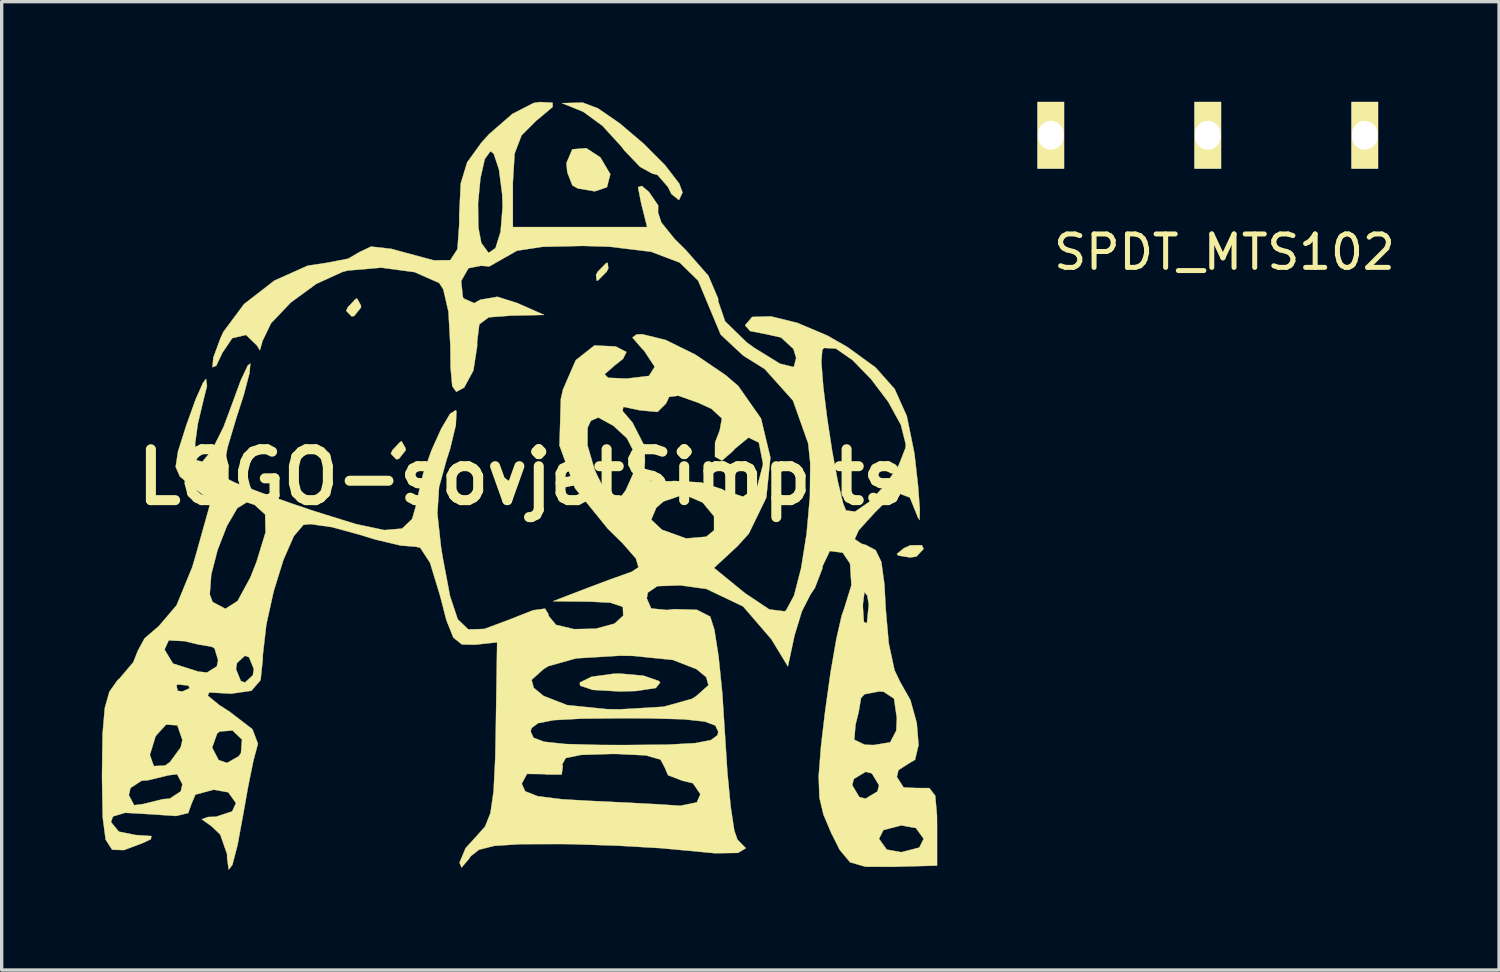
<source format=kicad_pcb>
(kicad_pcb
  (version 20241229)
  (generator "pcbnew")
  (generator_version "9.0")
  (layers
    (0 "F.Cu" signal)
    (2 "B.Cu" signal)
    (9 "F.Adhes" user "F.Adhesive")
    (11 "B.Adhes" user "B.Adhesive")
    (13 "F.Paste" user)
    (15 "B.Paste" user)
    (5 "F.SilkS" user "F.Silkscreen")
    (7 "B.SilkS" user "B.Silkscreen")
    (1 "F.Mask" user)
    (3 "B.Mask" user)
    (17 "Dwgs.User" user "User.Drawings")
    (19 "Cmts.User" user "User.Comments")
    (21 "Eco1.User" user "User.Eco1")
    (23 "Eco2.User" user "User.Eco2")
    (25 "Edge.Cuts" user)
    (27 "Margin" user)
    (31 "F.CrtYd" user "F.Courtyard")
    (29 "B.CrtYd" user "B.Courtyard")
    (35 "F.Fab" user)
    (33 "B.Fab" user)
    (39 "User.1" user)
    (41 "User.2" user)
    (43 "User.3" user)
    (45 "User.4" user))
  (footprint "LOGO-sovjetSimpits"
    (layer "F.Cu")
    (at 12.571 11.234)
    (property "Reference" "LOGO-sovjetSimpits" (at 0 0 0) (layer "F.SilkS") (effects (font (size 1.524 1.524) (thickness 0.3))))
    (attr through_hole)
    (fp_poly (pts (xy -4.816 -5.141) (xy -4.813 -5.08) (xy -5.018 -4.823) (xy -5.096 -4.813) (xy -5.255 -4.976) (xy -5.214 -5.08) (xy -4.973 -5.335) (xy -4.931 -5.347) (xy -4.816 -5.141)) (stroke (width 0.01) (type solid)) (fill yes) (layer "F.SilkS"))
    (fp_poly (pts (xy -3.479 -0.863) (xy -3.476 -0.802) (xy -3.681 -0.545) (xy -3.759 -0.535) (xy -3.919 -0.699) (xy -3.877 -0.802) (xy -3.637 -1.057) (xy -3.594 -1.069) (xy -3.479 -0.863)) (stroke (width 0.01) (type solid)) (fill yes) (layer "F.SilkS"))
    (fp_poly (pts (xy -0.278 0.194) (xy -0.267 0.267) (xy -0.359 0.528) (xy -0.385 0.535) (xy -0.614 0.347) (xy -0.668 0.267) (xy -0.647 0.021) (xy -0.551 0) (xy -0.278 0.194)) (stroke (width 0.01) (type solid)) (fill yes) (layer "F.SilkS"))
    (fp_poly (pts (xy 2.59 -6.244) (xy 2.54 -6.149) (xy 2.288 -5.894) (xy 2.241 -5.882) (xy 2.223 -6.055) (xy 2.273 -6.149) (xy 2.525 -6.405) (xy 2.572 -6.417) (xy 2.59 -6.244)) (stroke (width 0.01) (type solid)) (fill yes) (layer "F.SilkS"))
    (fp_poly (pts (xy 12.032 2.147) (xy 11.815 2.377) (xy 11.631 2.406) (xy 11.274 2.349) (xy 11.229 2.301) (xy 11.439 2.129) (xy 11.631 2.042) (xy 11.975 2.037) (xy 12.032 2.147)) (stroke (width 0.01) (type solid)) (fill yes) (layer "F.SilkS"))
    (fp_poly (pts (xy 2.353 -9.572) (xy 2.651 -9.069) (xy 2.55 -8.679) (xy 2.184 -8.556) (xy 1.675 -8.643) (xy 1.515 -8.734) (xy 1.362 -9.127) (xy 1.337 -9.402) (xy 1.512 -9.814) (xy 1.933 -9.848) (xy 2.353 -9.572)) (stroke (width 0.01) (type solid)) (fill yes) (layer "F.SilkS"))
    (fp_poly (pts (xy 3.648 5.945) (xy 4.098 6.102) (xy 4.144 6.149) (xy 4.011 6.314) (xy 3.414 6.404) (xy 2.941 6.417) (xy 2.129 6.371) (xy 1.745 6.243) (xy 1.738 6.149) (xy 2.089 5.977) (xy 2.752 5.886) (xy 2.941 5.882) (xy 3.648 5.945)) (stroke (width 0.01) (type solid)) (fill yes) (layer "F.SilkS"))
    (fp_poly (pts (xy 2.281 -11.04) (xy 2.936 -10.588) (xy 3.651 -9.98) (xy 4.29 -9.338) (xy 4.715 -8.786) (xy 4.813 -8.522) (xy 4.705 -8.294) (xy 4.481 -8.474) (xy 4.375 -8.689) (xy 4.066 -9.044) (xy 3.899 -9.091) (xy 3.543 -9.288) (xy 3.073 -9.777) (xy 2.972 -9.909) (xy 2.414 -10.519) (xy 1.847 -10.933) (xy 1.785 -10.961) (xy 1.203 -11.196) (xy 1.823 -11.213) (xy 2.281 -11.04)) (stroke (width 0.01) (type solid)) (fill yes) (layer "F.SilkS"))
    (fp_poly (pts (xy 0.922 -11.21) (xy 0.925 -11.083) (xy 0.526 -10.746) (xy 0.437 -10.675) (xy -0.006 -10.232) (xy -0.215 -9.684) (xy -0.267 -8.821) (xy -0.267 -8.804) (xy -0.267 -7.486) (xy 3.753 -7.486) (xy 3.573 -8.204) (xy 3.48 -8.681) (xy 3.594 -8.718) (xy 3.807 -8.538) (xy 4.083 -8.135) (xy 4.08 -7.922) (xy 4.178 -7.624) (xy 4.582 -7.123) (xy 4.911 -6.799) (xy 5.587 -6.029) (xy 5.877 -5.348) (xy 5.882 -5.264) (xy 6.087 -4.664) (xy 6.739 -4.03) (xy 6.956 -3.873) (xy 7.73 -3.396) (xy 8.144 -3.295) (xy 8.184 -3.448) (xy 8.969 -3.448) (xy 9.025 -2.719) (xy 9.141 -1.777) (xy 9.294 -0.775) (xy 9.462 0.13) (xy 9.62 0.784) (xy 9.706 0.998) (xy 9.98 1.032) (xy 10.411 0.734) (xy 10.883 0.232) (xy 11.281 -0.347) (xy 11.488 -0.875) (xy 11.497 -0.976) (xy 11.35 -1.564) (xy 10.972 -2.252) (xy 10.458 -2.934) (xy 9.904 -3.502) (xy 9.403 -3.849) (xy 9.05 -3.867) (xy 8.996 -3.807) (xy 8.969 -3.448) (xy 8.184 -3.448) (xy 8.215 -3.569) (xy 8.132 -3.839) (xy 7.762 -4.18) (xy 7.324 -4.278) (xy 6.835 -4.373) (xy 6.684 -4.545) (xy 6.898 -4.796) (xy 7.459 -4.812) (xy 8.249 -4.618) (xy 9.148 -4.238) (xy 9.744 -3.898) (xy 10.592 -3.283) (xy 11.163 -2.639) (xy 11.527 -1.828) (xy 11.755 -0.712) (xy 11.865 0.267) (xy 11.916 0.963) (xy 11.909 1.285) (xy 11.858 1.203) (xy 11.619 0.611) (xy 11.295 0.489) (xy 10.803 0.829) (xy 10.554 1.077) (xy 10.086 1.593) (xy 9.968 1.857) (xy 10.166 1.992) (xy 10.301 2.031) (xy 10.593 2.186) (xy 10.765 2.538) (xy 10.857 3.214) (xy 10.895 3.938) (xy 10.987 4.979) (xy 11.16 5.78) (xy 11.326 6.128) (xy 11.635 6.674) (xy 11.826 7.363) (xy 11.879 8.018) (xy 11.773 8.463) (xy 11.614 8.556) (xy 11.278 8.771) (xy 11.229 8.974) (xy 11.432 9.291) (xy 11.831 9.308) (xy 12.202 9.309) (xy 12.378 9.537) (xy 12.43 10.123) (xy 12.433 10.427) (xy 12.433 11.631) (xy 11.096 11.666) (xy 10.291 11.664) (xy 9.829 11.531) (xy 9.518 11.16) (xy 9.352 10.828) (xy 10.695 10.828) (xy 10.927 11.151) (xy 11.363 11.229) (xy 11.901 11.09) (xy 12.032 10.828) (xy 11.799 10.506) (xy 11.363 10.427) (xy 10.826 10.567) (xy 10.695 10.828) (xy 9.352 10.828) (xy 9.26 10.645) (xy 9.032 10.105) (xy 8.91 9.59) (xy 8.898 9.224) (xy 9.893 9.224) (xy 10.107 9.579) (xy 10.294 9.625) (xy 10.648 9.411) (xy 10.695 9.224) (xy 10.481 8.87) (xy 10.294 8.823) (xy 9.939 9.037) (xy 9.893 9.224) (xy 8.898 9.224) (xy 8.888 8.956) (xy 8.958 8.059) (xy 8.981 7.861) (xy 9.954 7.861) (xy 10.265 8.011) (xy 10.53 8.021) (xy 11.028 7.941) (xy 11.211 7.589) (xy 11.229 7.219) (xy 11.145 6.632) (xy 10.833 6.425) (xy 10.695 6.417) (xy 10.258 6.501) (xy 10.156 6.617) (xy 10.09 7.012) (xy 9.991 7.419) (xy 9.954 7.861) (xy 8.981 7.861) (xy 9.083 6.999) (xy 9.246 5.833) (xy 9.42 4.833) (xy 9.578 4.143) (xy 9.648 3.947) (xy 9.67 3.877) (xy 10.212 3.877) (xy 10.241 4.333) (xy 10.325 4.374) (xy 10.335 4.35) (xy 10.388 3.819) (xy 10.345 3.548) (xy 10.26 3.439) (xy 10.214 3.794) (xy 10.212 3.877) (xy 9.67 3.877) (xy 9.868 3.237) (xy 9.828 2.589) (xy 9.607 2.262) (xy 9.222 2.212) (xy 9.008 2.66) (xy 8.992 2.756) (xy 8.776 3.315) (xy 8.642 3.516) (xy 8.385 4.02) (xy 8.165 4.743) (xy 8.159 4.772) (xy 7.967 5.667) (xy 7.472 4.853) (xy 6.626 3.871) (xy 5.53 3.349) (xy 4.746 3.24) (xy 4.059 3.264) (xy 3.773 3.458) (xy 3.743 3.631) (xy 3.873 3.932) (xy 4.344 3.978) (xy 4.55 3.953) (xy 5.245 3.973) (xy 5.641 4.176) (xy 5.766 4.567) (xy 5.892 5.372) (xy 6.003 6.469) (xy 6.077 7.615) (xy 6.156 8.847) (xy 6.255 9.873) (xy 6.362 10.579) (xy 6.457 10.853) (xy 6.708 11.11) (xy 6.472 11.25) (xy 5.786 11.261) (xy 5.147 11.199) (xy 4.144 11.107) (xy 2.846 11.033) (xy 1.494 10.989) (xy 1.15 10.985) (xy -0.048 10.989) (xy -0.821 11.039) (xy -1.279 11.154) (xy -1.531 11.351) (xy -1.583 11.43) (xy -1.803 11.689) (xy -1.863 11.54) (xy -1.682 11.108) (xy -1.345 10.738) (xy -1.098 10.461) (xy -0.938 10.056) (xy -0.844 9.408) (xy -0.833 9.182) (xy 0 9.182) (xy 0.101 9.405) (xy 0.47 9.551) (xy 1.202 9.644) (xy 2.072 9.694) (xy 3.153 9.745) (xy 4.09 9.795) (xy 4.7 9.835) (xy 4.746 9.839) (xy 5.241 9.737) (xy 5.347 9.492) (xy 5.124 9.165) (xy 4.813 9.091) (xy 4.377 8.923) (xy 4.278 8.689) (xy 4.154 8.456) (xy 3.716 8.331) (xy 2.862 8.289) (xy 2.682 8.288) (xy 1.776 8.316) (xy 1.315 8.412) (xy 1.211 8.599) (xy 1.227 8.655) (xy 1.195 8.905) (xy 0.754 8.904) (xy 0.684 8.892) (xy 0.156 8.885) (xy 0.000011 9.178) (xy 0 9.182) (xy -0.833 9.182) (xy -0.794 8.406) (xy -0.779 7.62) (xy 0.267 7.62) (xy 0.353 7.803) (xy 0.669 7.922) (xy 1.301 7.99) (xy 2.335 8.018) (xy 3.075 8.021) (xy 4.357 8.009) (xy 5.191 7.964) (xy 5.663 7.873) (xy 5.86 7.726) (xy 5.882 7.62) (xy 5.796 7.437) (xy 5.48 7.318) (xy 4.849 7.25) (xy 3.814 7.222) (xy 3.075 7.219) (xy 1.793 7.231) (xy 0.959 7.276) (xy 0.486 7.367) (xy 0.29 7.514) (xy 0.267 7.62) (xy -0.779 7.62) (xy -0.755 6.07) (xy 0.293 6.07) (xy 0.359 6.309) (xy 0.653 6.551) (xy 1.356 6.825) (xy 2.541 6.946) (xy 2.941 6.952) (xy 4.252 6.873) (xy 5.089 6.639) (xy 5.229 6.551) (xy 5.589 6.229) (xy 5.523 5.99) (xy 5.229 5.748) (xy 4.527 5.474) (xy 3.341 5.353) (xy 2.941 5.347) (xy 1.63 5.426) (xy 0.793 5.66) (xy 0.653 5.748) (xy 0.293 6.07) (xy -0.755 6.07) (xy -0.738 4.946) (xy -1.407 5.018) (xy -1.793 5.01) (xy -2.049 4.803) (xy -2.257 4.282) (xy -2.447 3.548) (xy -2.746 2.566) (xy -3.042 2.112) (xy -3.18 2.083) (xy -3.627 2.048) (xy -4.371 1.872) (xy -4.855 1.724) (xy -5.676 1.499) (xy -6.323 1.407) (xy -6.536 1.428) (xy -6.825 1.767) (xy -7.137 2.481) (xy -7.427 3.414) (xy -7.647 4.41) (xy -7.751 5.316) (xy -7.754 5.455) (xy -7.82 6.078) (xy -8.095 6.396) (xy -8.697 6.483) (xy -9.358 6.446) (xy -9.401 6.541) (xy -9.058 6.823) (xy -8.757 7.015) (xy -8.064 7.546) (xy -7.898 7.984) (xy -7.91 8.021) (xy -8.035 8.491) (xy -8.198 9.294) (xy -8.326 10.02) (xy -8.51 11.02) (xy -8.664 11.609) (xy -8.773 11.751) (xy -8.822 11.408) (xy -8.823 11.287) (xy -9.027 10.702) (xy -9.291 10.449) (xy -9.581 10.243) (xy -9.392 10.175) (xy -9.157 10.168) (xy -8.672 10.009) (xy -8.556 9.759) (xy -8.788 9.436) (xy -9.224 9.358) (xy -9.772 9.505) (xy -9.893 9.794) (xy -9.986 10.057) (xy -10.35 10.145) (xy -11.096 10.094) (xy -11.875 10.049) (xy -12.238 10.158) (xy -12.299 10.327) (xy -12.062 10.614) (xy -11.564 10.714) (xy -11.088 10.746) (xy -11.105 10.841) (xy -11.363 10.962) (xy -11.912 11.166) (xy -12.263 11.155) (xy -12.459 10.853) (xy -12.546 10.183) (xy -12.558 9.52) (xy -11.764 9.52) (xy -11.605 9.822) (xy -11.341 9.788) (xy -10.739 9.641) (xy -10.539 9.625) (xy -10.21 9.409) (xy -10.16 9.196) (xy -10.319 8.894) (xy -10.583 8.928) (xy -11.185 9.075) (xy -11.385 9.091) (xy -11.714 9.307) (xy -11.764 9.52) (xy -12.558 9.52) (xy -12.566 9.066) (xy -12.566 8.865) (xy -12.559 8.315) (xy -11.134 8.315) (xy -11.016 8.651) (xy -10.678 8.634) (xy -10.537 8.536) (xy -10.217 8.099) (xy -9.27 8.099) (xy -9.075 8.471) (xy -8.823 8.556) (xy -8.48 8.361) (xy -8.408 8.265) (xy -8.376 7.857) (xy -8.659 7.584) (xy -9.047 7.617) (xy -9.121 7.677) (xy -9.27 8.099) (xy -10.217 8.099) (xy -10.211 8.09) (xy -10.16 7.87) (xy -10.312 7.43) (xy -10.65 7.409) (xy -10.961 7.752) (xy -11.134 8.315) (xy -12.559 8.315) (xy -12.55 7.685) (xy -12.484 6.913) (xy -12.346 6.424) (xy -12.215 6.239) (xy -10.338 6.239) (xy -10.302 6.398) (xy -10.16 6.417) (xy -9.94 6.319) (xy -9.982 6.239) (xy -10.299 6.207) (xy -10.338 6.239) (xy -12.215 6.239) (xy -12.112 6.092) (xy -12.032 6.016) (xy -11.63 5.541) (xy -11.497 5.203) (xy -11.475 5.163) (xy -10.695 5.163) (xy -10.443 5.581) (xy -9.689 5.82) (xy -9.425 5.851) (xy -9.261 5.748) (xy -8.556 5.748) (xy -8.411 6.104) (xy -8.288 6.149) (xy -8.051 5.933) (xy -8.021 5.748) (xy -8.165 5.393) (xy -8.288 5.347) (xy -8.526 5.564) (xy -8.556 5.748) (xy -9.261 5.748) (xy -9.13 5.666) (xy -9.091 5.481) (xy -9.199 5.123) (xy -9.291 5.076) (xy -9.685 5.01) (xy -10.093 4.911) (xy -10.57 4.888) (xy -10.695 5.163) (xy -11.475 5.163) (xy -11.294 4.828) (xy -10.869 4.463) (xy -10.336 3.839) (xy -10.2 3.509) (xy -9.341 3.509) (xy -9.257 3.737) (xy -8.872 3.941) (xy -8.509 3.71) (xy -8.126 3.004) (xy -7.943 2.542) (xy -7.671 1.653) (xy -7.683 1.118) (xy -7.999 0.83) (xy -8.231 0.754) (xy -8.515 0.927) (xy -8.826 1.459) (xy -9.106 2.179) (xy -9.297 2.919) (xy -9.341 3.509) (xy -10.2 3.509) (xy -9.868 2.701) (xy -9.773 2.381) (xy -9.305 0.711) (xy -9.901 0.261) (xy -10.236 -0.02) (xy -10.362 -0.307) (xy -10.292 -0.767) (xy -10.039 -1.565) (xy -9.765 -2.325) (xy -9.543 -2.825) (xy -9.452 -2.941) (xy -9.424 -2.727) (xy -9.522 -2.339) (xy -9.699 -1.595) (xy -9.781 -0.991) (xy -9.747 -0.506) (xy -9.561 -0.464) (xy -9.273 -0.812) (xy -8.931 -1.496) (xy -8.677 -2.177) (xy -8.412 -2.9) (xy -8.205 -3.338) (xy -8.127 -3.403) (xy -8.151 -3.115) (xy -8.32 -2.472) (xy -8.558 -1.731) (xy -8.81 -0.885) (xy -8.926 -0.248) (xy -8.893 0.016) (xy -8.565 0.174) (xy -7.85 0.449) (xy -6.869 0.796) (xy -6.23 1.012) (xy -4.969 1.405) (xy -4.116 1.586) (xy -3.584 1.541) (xy -3.283 1.254) (xy -3.126 0.711) (xy -3.093 0.488) (xy -2.949 -0.117) (xy -2.7 -0.81) (xy -2.411 -1.45) (xy -2.147 -1.896) (xy -1.974 -2.004) (xy -1.956 -1.973) (xy -1.974 -1.557) (xy -2.143 -0.854) (xy -2.256 -0.503) (xy -2.476 0.299) (xy -2.527 1.086) (xy -2.418 2.093) (xy -2.367 2.406) (xy -2.148 3.562) (xy -1.917 4.256) (xy -1.6 4.561) (xy -1.121 4.545) (xy -0.407 4.28) (xy -0.383 4.27) (xy 0.337 3.987) (xy 0.694 3.937) (xy 0.801 4.108) (xy 0.802 4.154) (xy 1.026 4.423) (xy 1.565 4.551) (xy 2.216 4.538) (xy 2.779 4.385) (xy 3.038 4.144) (xy 3.025 3.884) (xy 2.658 3.76) (xy 2.064 3.729) (xy 0.936 3.716) (xy 1.872 3.355) (xy 2.628 3.07) (xy 3.236 2.854) (xy 3.285 2.838) (xy 3.493 2.699) (xy 3.418 2.439) (xy 3.013 1.974) (xy 2.573 1.542) (xy 2.356 1.274) (xy 3.876 1.274) (xy 4.196 1.574) (xy 4.917 1.835) (xy 5.522 1.784) (xy 5.756 1.592) (xy 5.755 1.173) (xy 5.414 0.76) (xy 4.9 0.54) (xy 4.813 0.535) (xy 4.244 0.728) (xy 4.028 0.914) (xy 3.876 1.274) (xy 2.356 1.274) (xy 1.591 0.33) (xy 1.129 -0.948) (xy 1.129 -0.955) (xy 1.967 -0.955) (xy 2.178 -0.232) (xy 2.26 -0.048) (xy 2.568 0.554) (xy 2.776 0.73) (xy 3.001 0.543) (xy 3.11 0.398) (xy 3.386 -0.219) (xy 3.419 -0.636) (xy 3.148 -1.162) (xy 2.744 -1.537) (xy 2.292 -1.785) (xy 2.068 -1.688) (xy 1.971 -1.477) (xy 1.967 -0.955) (xy 1.129 -0.955) (xy 1.159 -1.982) (xy 3.016 -1.982) (xy 3.315 -1.634) (xy 3.679 -0.918) (xy 3.687 -0.451) (xy 3.657 -0.039) (xy 3.872 0.123) (xy 4.466 0.122) (xy 4.568 0.115) (xy 5.367 0.159) (xy 6.002 0.363) (xy 6.06 0.4) (xy 6.622 0.584) (xy 7.042 0.306) (xy 7.218 -0.364) (xy 7.219 -0.418) (xy 7.098 -1.034) (xy 6.787 -1.184) (xy 6.364 -0.835) (xy 6.33 -0.788) (xy 5.991 -0.492) (xy 5.784 -0.613) (xy 5.786 -1.035) (xy 5.926 -1.4) (xy 5.991 -1.758) (xy 5.679 -2.045) (xy 5.288 -2.225) (xy 4.689 -2.437) (xy 4.411 -2.402) (xy 4.321 -2.206) (xy 4.065 -1.952) (xy 3.526 -2.002) (xy 3.042 -2.104) (xy 3.016 -1.982) (xy 1.159 -1.982) (xy 1.169 -2.339) (xy 1.233 -2.621) (xy 1.616 -3.501) (xy 2.175 -3.942) (xy 2.812 -3.912) (xy 3.134 -3.746) (xy 3.031 -3.541) (xy 2.782 -3.343) (xy 2.481 -3.081) (xy 2.585 -2.974) (xy 3.142 -2.95) (xy 3.809 -3.031) (xy 3.979 -3.304) (xy 3.661 -3.786) (xy 3.59 -3.858) (xy 3.313 -4.178) (xy 3.438 -4.273) (xy 3.604 -4.278) (xy 4.303 -4.108) (xy 5.197 -3.668) (xy 6.097 -3.058) (xy 6.48 -2.73) (xy 7.163 -1.754) (xy 7.443 -0.586) (xy 7.32 0.616) (xy 6.797 1.692) (xy 6.457 2.068) (xy 5.756 2.718) (xy 6.686 3.477) (xy 7.41 3.96) (xy 7.869 4.018) (xy 7.913 3.989) (xy 8.151 3.546) (xy 8.363 2.725) (xy 8.528 1.686) (xy 8.626 0.584) (xy 8.636 -0.421) (xy 8.574 -1.01) (xy 8.119 -2.292) (xy 7.273 -3.237) (xy 6.628 -3.639) (xy 5.955 -4.267) (xy 5.615 -5.08) (xy 5.281 -5.881) (xy 4.729 -6.422) (xy 3.873 -6.747) (xy 2.625 -6.898) (xy 1.829 -6.922) (xy 0.617 -6.895) (xy -0.143 -6.778) (xy -0.525 -6.562) (xy -0.971 -6.308) (xy -1.22 -6.327) (xy -1.595 -6.255) (xy -1.815 -5.871) (xy -1.765 -5.395) (xy -1.738 -5.347) (xy -1.422 -5.208) (xy -1.246 -5.31) (xy -0.731 -5.399) (xy -0.134 -5.211) (xy 0.668 -4.856) (xy -0.334 -4.834) (xy -0.991 -4.784) (xy -1.272 -4.574) (xy -1.336 -4.059) (xy -1.337 -3.91) (xy -1.449 -3.191) (xy -1.721 -2.688) (xy -1.738 -2.674) (xy -1.96 -2.554) (xy -2.081 -2.722) (xy -2.131 -3.269) (xy -2.139 -3.945) (xy -2.195 -4.949) (xy -2.35 -5.623) (xy -2.473 -5.812) (xy -3.209 -6.137) (xy -4.204 -6.27) (xy -5.206 -6.185) (xy -5.369 -6.143) (xy -6.151 -5.786) (xy -6.915 -5.228) (xy -7.507 -4.606) (xy -7.773 -4.054) (xy -7.775 -4.027) (xy -7.841 -3.798) (xy -7.931 -3.944) (xy -8.255 -4.257) (xy -8.668 -4.16) (xy -8.963 -3.723) (xy -9.147 -3.335) (xy -9.26 -3.289) (xy -9.234 -3.582) (xy -9.019 -4.162) (xy -8.933 -4.349) (xy -8.316 -5.179) (xy -7.407 -5.884) (xy -6.409 -6.33) (xy -5.832 -6.417) (xy -5.199 -6.539) (xy -4.875 -6.729) (xy -4.513 -6.902) (xy -3.905 -6.834) (xy -3.52 -6.729) (xy -2.634 -6.49) (xy -2.14 -6.496) (xy -1.925 -6.828) (xy -1.873 -7.566) (xy -1.872 -7.868) (xy -1.856 -8.194) (xy -1.309 -8.194) (xy -1.3 -7.474) (xy -1.211 -7.01) (xy -0.993 -6.712) (xy -0.787 -6.856) (xy -0.634 -7.348) (xy -0.574 -8.095) (xy -0.585 -8.452) (xy -0.682 -9.205) (xy -0.838 -9.677) (xy -0.936 -9.759) (xy -1.108 -9.523) (xy -1.239 -8.939) (xy -1.309 -8.194) (xy -1.856 -8.194) (xy -1.828 -8.789) (xy -1.635 -9.425) (xy -1.201 -10.024) (xy -0.971 -10.275) (xy -0.281 -10.874) (xy 0.354 -11.201) (xy 0.536 -11.229) (xy 0.922 -11.21)) (stroke (width 0.01) (type solid)) (fill yes) (layer "F.SilkS")))
  (footprint "SPDT_MTS102"
    (layer "F.Cu")
    (at 33.109 1)
    (property "Reference" "SPDT_MTS102" (at 0.5 3.5 0) (layer "F.SilkS") (effects (font (size 1 1) (thickness 0.15))))
    (attr through_hole)
    (pad "1" thru_hole rect (at -4.7 0) (size 0.8 2) (drill oval 0.762 0.862) (layers "*.Cu" "*.Mask" "F.SilkS"))
    (pad "1" thru_hole rect (at 0 0) (size 0.8 2) (drill oval 0.762 0.862) (layers "*.Cu" "*.Mask" "F.SilkS"))
    (pad "1" thru_hole rect (at 4.7 0) (size 0.8 2) (drill oval 0.762 0.862) (layers "*.Cu" "*.Mask" "F.SilkS")))
  (gr_rect
    (start -3 -3)
    (end 41.829 25.991)
    (stroke (width 0.1) (type default))
    (fill no)
    (layer "Edge.Cuts")))
</source>
